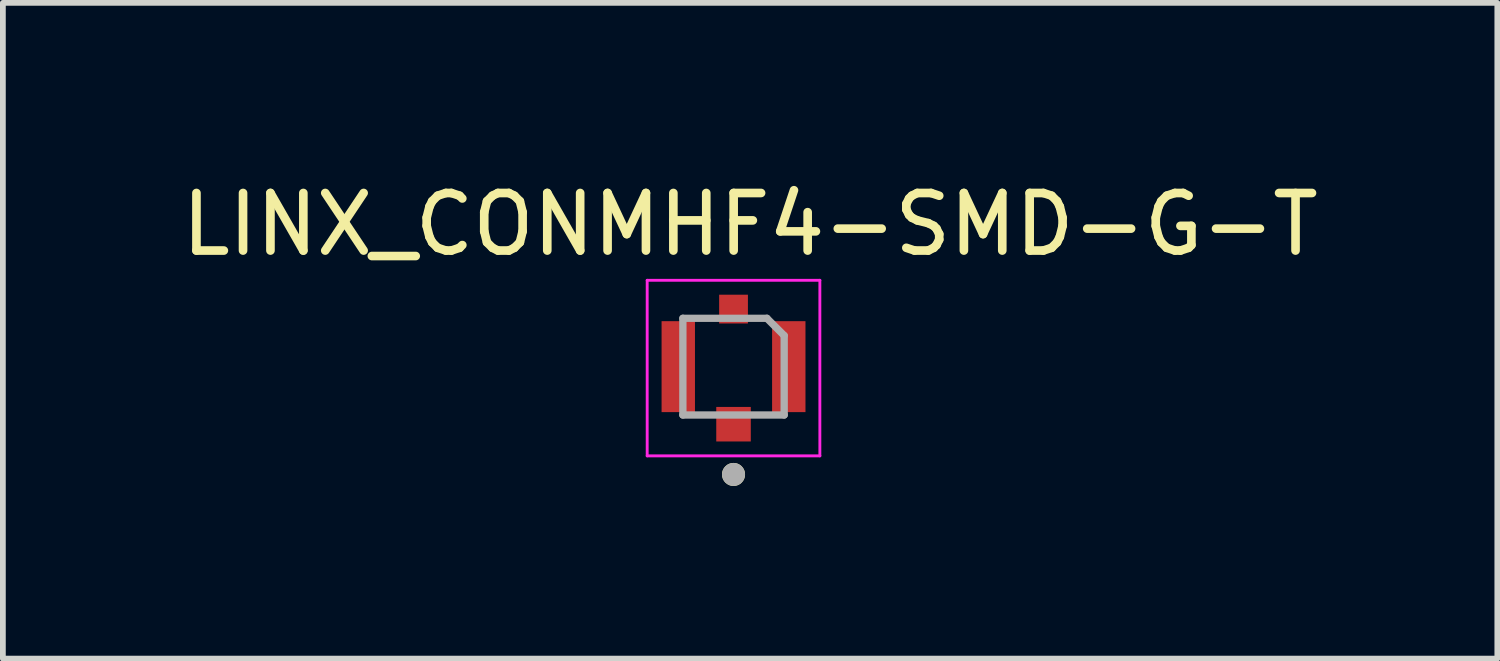
<source format=kicad_pcb>
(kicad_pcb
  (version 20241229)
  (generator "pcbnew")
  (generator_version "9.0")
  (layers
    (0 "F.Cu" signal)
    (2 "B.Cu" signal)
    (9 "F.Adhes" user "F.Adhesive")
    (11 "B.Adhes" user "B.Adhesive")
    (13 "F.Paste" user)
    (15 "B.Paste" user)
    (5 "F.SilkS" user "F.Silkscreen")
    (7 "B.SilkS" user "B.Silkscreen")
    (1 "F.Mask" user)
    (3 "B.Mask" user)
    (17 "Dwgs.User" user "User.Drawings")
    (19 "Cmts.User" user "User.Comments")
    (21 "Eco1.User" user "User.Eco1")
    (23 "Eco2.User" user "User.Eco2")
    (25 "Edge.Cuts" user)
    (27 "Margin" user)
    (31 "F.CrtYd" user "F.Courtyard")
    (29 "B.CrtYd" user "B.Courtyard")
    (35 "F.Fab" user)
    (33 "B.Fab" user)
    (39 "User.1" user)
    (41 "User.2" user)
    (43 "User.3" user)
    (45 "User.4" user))
  (footprint "LINX_CONMHF4-SMD-G-T"
    (layer "F.Cu")
    (at 9.694 3.32)
    (property "Reference" "LINX_CONMHF4-SMD-G-T" (at 0.288 -2.472 0) (layer "F.SilkS") (effects (font (size 1 1) (thickness 0.15))))
    (attr through_hole)
    (fp_circle (center 0 1.873) (end 0.1 1.873) (stroke (width 0.2) (type solid)) (fill no) (layer "F.SilkS"))
    (fp_line (start -1.5 -1.5) (end -1.5 1.55) (stroke (width 0.05) (type solid)) (layer "F.CrtYd"))
    (fp_line (start -1.5 1.55) (end 1.5 1.55) (stroke (width 0.05) (type solid)) (layer "F.CrtYd"))
    (fp_line (start 1.5 -1.5) (end -1.5 -1.5) (stroke (width 0.05) (type solid)) (layer "F.CrtYd"))
    (fp_line (start 1.5 1.55) (end 1.5 -1.5) (stroke (width 0.05) (type solid)) (layer "F.CrtYd"))
    (fp_line (start -0.88 -0.84) (end -0.88 0.84) (stroke (width 0.127) (type solid)) (layer "F.Fab"))
    (fp_line (start -0.88 -0.84) (end 0.58 -0.84) (stroke (width 0.127) (type solid)) (layer "F.Fab"))
    (fp_line (start -0.88 0.84) (end 0.88 0.84) (stroke (width 0.127) (type solid)) (layer "F.Fab"))
    (fp_line (start 0.58 -0.84) (end 0.88 -0.54) (stroke (width 0.127) (type solid)) (layer "F.Fab"))
    (fp_line (start 0.88 0.84) (end 0.88 -0.54) (stroke (width 0.127) (type solid)) (layer "F.Fab"))
    (fp_circle (center 0 1.873) (end 0.1 1.873) (stroke (width 0.2) (type solid)) (fill no) (layer "F.Fab"))
    (pad "1" smd rect (at 0 1) (size 0.6 0.6) (layers "F.Cu" "F.Mask" "F.Paste"))
    (pad "S1" smd rect (at -0.96 0) (size 0.58 1.58) (layers "F.Cu" "F.Mask" "F.Paste"))
    (pad "S2" smd rect (at 0 -1) (size 0.5 0.5) (layers "F.Cu" "F.Mask" "F.Paste"))
    (pad "S3" smd rect (at 0.96 0) (size 0.58 1.58) (layers "F.Cu" "F.Mask" "F.Paste"))
    (zone (net_name "") (layer "F.Cu") (hatch full 0.508) (connect_pads) (min_thickness 0.01) (filled_areas_thickness no) (keepout (tracks not_allowed) (vias not_allowed) (pads not_allowed) (copperpour not_allowed) (footprints allowed)) (placement (enabled no)) (fill) (polygon (pts (xy 9.024 2.57) (xy 10.364 2.57) (xy 10.364 4.02) (xy 9.024 4.02))))
    (zone (net_name "") (layers "F.Cu" "B.Cu") (hatch full 0.508) (connect_pads) (min_thickness 0.01) (filled_areas_thickness no) (keepout (tracks allowed) (vias not_allowed) (pads allowed) (copperpour allowed) (footprints allowed)) (placement (enabled no)) (fill) (polygon (pts (xy 9.024 2.57) (xy 10.364 2.57) (xy 10.364 4.02) (xy 9.024 4.02))))
    (zone (net_name "") (layer "B.Cu") (hatch full 0.508) (connect_pads) (min_thickness 0.01) (filled_areas_thickness no) (keepout (tracks not_allowed) (vias not_allowed) (pads not_allowed) (copperpour not_allowed) (footprints allowed)) (placement (enabled no)) (fill) (polygon (pts (xy 9.024 2.57) (xy 10.364 2.57) (xy 10.364 4.02) (xy 9.024 4.02)))))
  (gr_rect
    (start -3 -3)
    (end 22.964 8.393)
    (stroke (width 0.1) (type default))
    (fill no)
    (layer "Edge.Cuts")))
</source>
